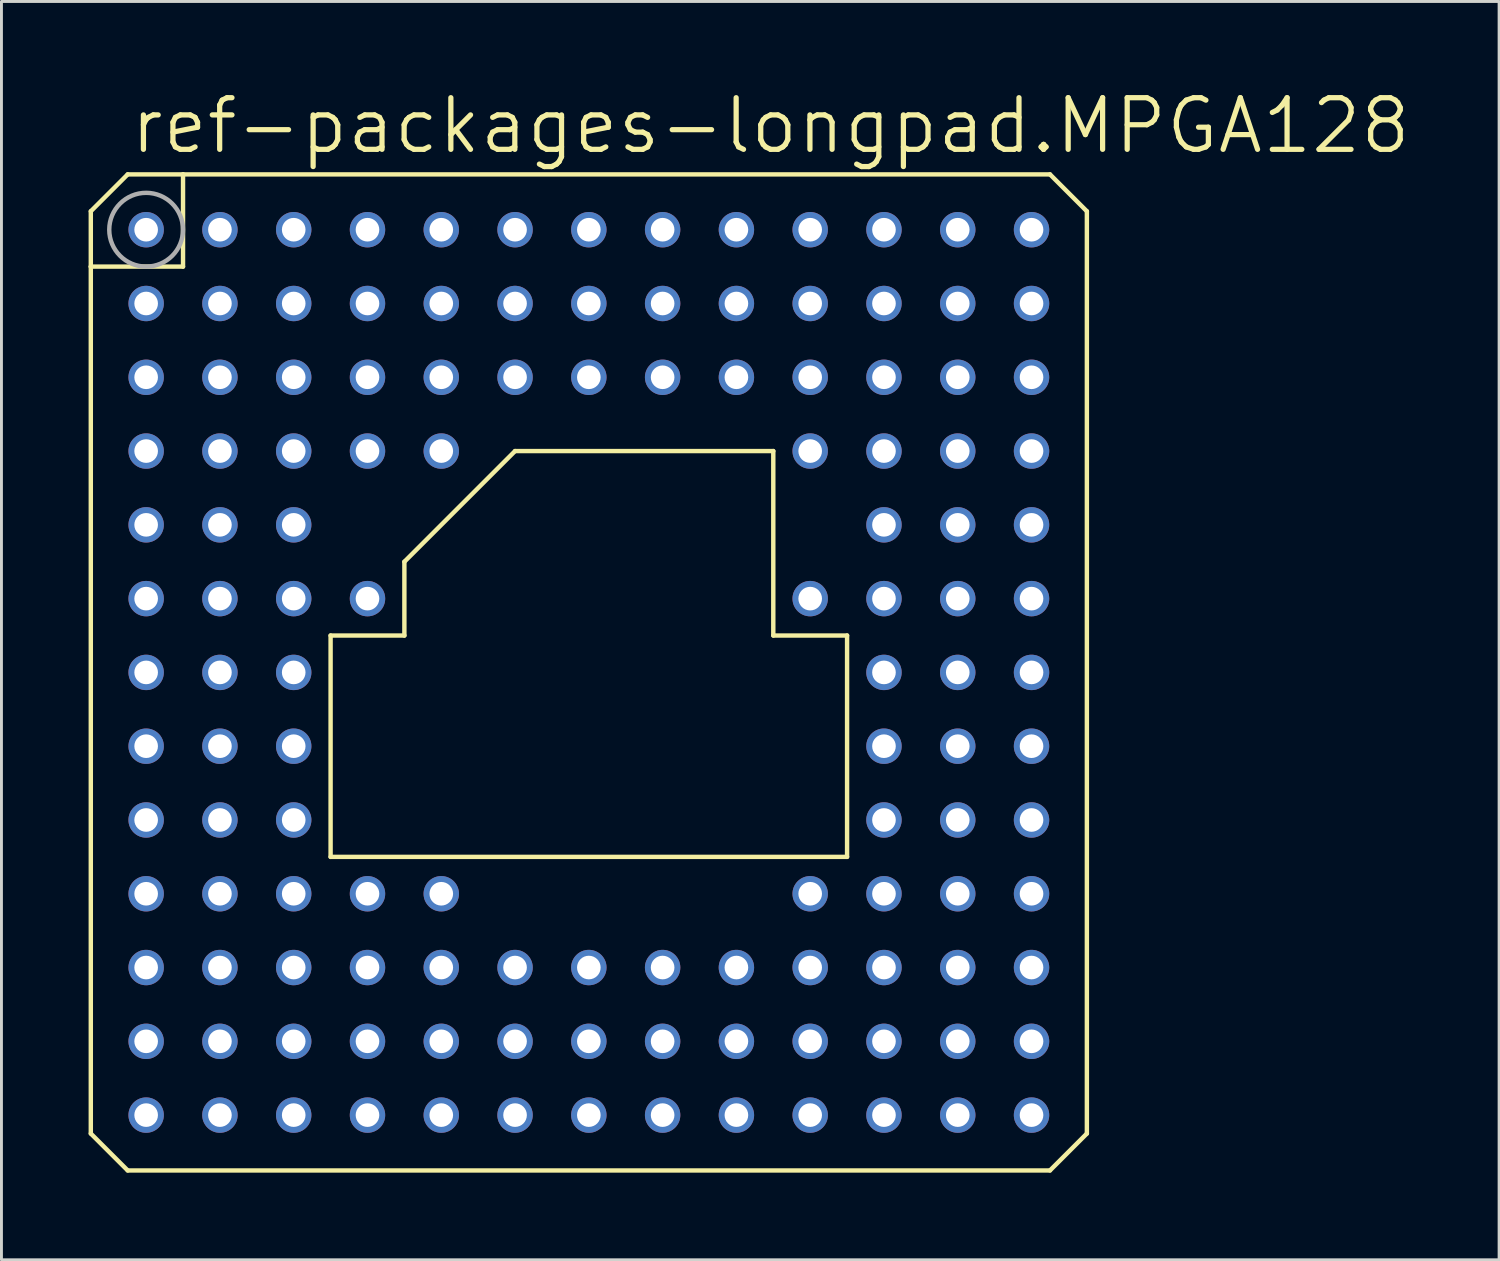
<source format=kicad_pcb>
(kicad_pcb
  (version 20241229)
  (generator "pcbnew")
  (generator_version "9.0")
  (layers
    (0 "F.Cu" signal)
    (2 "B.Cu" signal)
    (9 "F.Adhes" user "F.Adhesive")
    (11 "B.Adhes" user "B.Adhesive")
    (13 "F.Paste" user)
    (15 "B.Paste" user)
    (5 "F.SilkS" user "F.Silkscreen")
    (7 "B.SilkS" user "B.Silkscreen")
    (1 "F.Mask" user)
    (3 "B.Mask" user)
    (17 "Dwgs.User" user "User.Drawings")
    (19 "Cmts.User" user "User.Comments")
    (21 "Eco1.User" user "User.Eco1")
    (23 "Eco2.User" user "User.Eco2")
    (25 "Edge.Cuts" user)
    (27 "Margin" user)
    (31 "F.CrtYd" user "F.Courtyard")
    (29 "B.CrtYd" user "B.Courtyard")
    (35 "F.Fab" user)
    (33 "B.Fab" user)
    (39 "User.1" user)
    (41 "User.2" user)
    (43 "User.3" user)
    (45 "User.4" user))
  (footprint "ref-packages-longpad.MPGA128"
    (layer "F.Cu")
    (at 17.221 20.098)
    (property "Reference" "ref-packages-longpad.MPGA128" (at -15.875 -17.78 0) (layer "F.SilkS") (effects (font (size 1.778 1.778) (thickness 0.18)) (justify left bottom)))
    (attr through_hole)
    (fp_line (start -17.145 -15.875) (end -15.875 -17.145) (stroke (width 0.152) (type default)) (layer "F.SilkS"))
    (fp_line (start -17.145 -13.97) (end -17.145 -15.875) (stroke (width 0.152) (type default)) (layer "F.SilkS"))
    (fp_line (start -17.145 -13.97) (end -13.97 -13.97) (stroke (width 0.152) (type default)) (layer "F.SilkS"))
    (fp_line (start -17.145 15.875) (end -17.145 -13.97) (stroke (width 0.152) (type default)) (layer "F.SilkS"))
    (fp_line (start -15.875 -17.145) (end -13.97 -17.145) (stroke (width 0.152) (type default)) (layer "F.SilkS"))
    (fp_line (start -15.875 17.145) (end -17.145 15.875) (stroke (width 0.152) (type default)) (layer "F.SilkS"))
    (fp_line (start -13.97 -17.145) (end 15.875 -17.145) (stroke (width 0.152) (type default)) (layer "F.SilkS"))
    (fp_line (start -13.97 -13.97) (end -13.97 -17.145) (stroke (width 0.152) (type default)) (layer "F.SilkS"))
    (fp_line (start -8.89 6.35) (end -8.89 -1.27) (stroke (width 0.152) (type default)) (layer "F.SilkS"))
    (fp_line (start -6.35 -3.81) (end -2.54 -7.62) (stroke (width 0.152) (type default)) (layer "F.SilkS"))
    (fp_line (start -6.35 -1.27) (end -8.89 -1.27) (stroke (width 0.152) (type default)) (layer "F.SilkS"))
    (fp_line (start -6.35 -1.27) (end -6.35 -3.81) (stroke (width 0.152) (type default)) (layer "F.SilkS"))
    (fp_line (start -2.54 -7.62) (end 6.35 -7.62) (stroke (width 0.152) (type default)) (layer "F.SilkS"))
    (fp_line (start 6.35 -7.62) (end 6.35 -1.27) (stroke (width 0.152) (type default)) (layer "F.SilkS"))
    (fp_line (start 6.35 -1.27) (end 8.89 -1.27) (stroke (width 0.152) (type default)) (layer "F.SilkS"))
    (fp_line (start 8.89 -1.27) (end 8.89 6.35) (stroke (width 0.152) (type default)) (layer "F.SilkS"))
    (fp_line (start 8.89 6.35) (end -8.89 6.35) (stroke (width 0.152) (type default)) (layer "F.SilkS"))
    (fp_line (start 15.875 -17.145) (end 17.145 -15.875) (stroke (width 0.152) (type default)) (layer "F.SilkS"))
    (fp_line (start 15.875 17.145) (end -15.875 17.145) (stroke (width 0.152) (type default)) (layer "F.SilkS"))
    (fp_line (start 17.145 -15.875) (end 17.145 15.875) (stroke (width 0.152) (type default)) (layer "F.SilkS"))
    (fp_line (start 17.145 15.875) (end 15.875 17.145) (stroke (width 0.152) (type default)) (layer "F.SilkS"))
    (fp_circle (center -15.24 -15.24) (end -13.97 -15.24) (stroke (width 0.152) (type default)) (fill no) (layer "F.Fab"))
    (pad "A01" thru_hole circle (at -15.24 -15.24) (size 1.219 1.219) (drill 0.813) (layers "*.Cu" "*.Mask"))
    (pad "A02" thru_hole circle (at -12.7 -15.24) (size 1.219 1.219) (drill 0.813) (layers "*.Cu" "*.Mask"))
    (pad "A03" thru_hole circle (at -10.16 -15.24) (size 1.219 1.219) (drill 0.813) (layers "*.Cu" "*.Mask"))
    (pad "A04" thru_hole circle (at -7.62 -15.24) (size 1.219 1.219) (drill 0.813) (layers "*.Cu" "*.Mask"))
    (pad "A05" thru_hole circle (at -5.08 -15.24) (size 1.219 1.219) (drill 0.813) (layers "*.Cu" "*.Mask"))
    (pad "A06" thru_hole circle (at -2.54 -15.24) (size 1.219 1.219) (drill 0.813) (layers "*.Cu" "*.Mask"))
    (pad "A07" thru_hole circle (at 0 -15.24) (size 1.219 1.219) (drill 0.813) (layers "*.Cu" "*.Mask"))
    (pad "A08" thru_hole circle (at 2.54 -15.24) (size 1.219 1.219) (drill 0.813) (layers "*.Cu" "*.Mask"))
    (pad "A09" thru_hole circle (at 5.08 -15.24) (size 1.219 1.219) (drill 0.813) (layers "*.Cu" "*.Mask"))
    (pad "A10" thru_hole circle (at 7.62 -15.24) (size 1.219 1.219) (drill 0.813) (layers "*.Cu" "*.Mask"))
    (pad "A11" thru_hole circle (at 10.16 -15.24) (size 1.219 1.219) (drill 0.813) (layers "*.Cu" "*.Mask"))
    (pad "A12" thru_hole circle (at 12.7 -15.24) (size 1.219 1.219) (drill 0.813) (layers "*.Cu" "*.Mask"))
    (pad "A13" thru_hole circle (at 15.24 -15.24) (size 1.219 1.219) (drill 0.813) (layers "*.Cu" "*.Mask"))
    (pad "B01" thru_hole circle (at -15.24 -12.7) (size 1.219 1.219) (drill 0.813) (layers "*.Cu" "*.Mask"))
    (pad "B02" thru_hole circle (at -12.7 -12.7) (size 1.219 1.219) (drill 0.813) (layers "*.Cu" "*.Mask"))
    (pad "B03" thru_hole circle (at -10.16 -12.7) (size 1.219 1.219) (drill 0.813) (layers "*.Cu" "*.Mask"))
    (pad "B04" thru_hole circle (at -7.62 -12.7) (size 1.219 1.219) (drill 0.813) (layers "*.Cu" "*.Mask"))
    (pad "B05" thru_hole circle (at -5.08 -12.7) (size 1.219 1.219) (drill 0.813) (layers "*.Cu" "*.Mask"))
    (pad "B06" thru_hole circle (at -2.54 -12.7) (size 1.219 1.219) (drill 0.813) (layers "*.Cu" "*.Mask"))
    (pad "B07" thru_hole circle (at 0 -12.7) (size 1.219 1.219) (drill 0.813) (layers "*.Cu" "*.Mask"))
    (pad "B08" thru_hole circle (at 2.54 -12.7) (size 1.219 1.219) (drill 0.813) (layers "*.Cu" "*.Mask"))
    (pad "B09" thru_hole circle (at 5.08 -12.7) (size 1.219 1.219) (drill 0.813) (layers "*.Cu" "*.Mask"))
    (pad "B10" thru_hole circle (at 7.62 -12.7) (size 1.219 1.219) (drill 0.813) (layers "*.Cu" "*.Mask"))
    (pad "B11" thru_hole circle (at 10.16 -12.7) (size 1.219 1.219) (drill 0.813) (layers "*.Cu" "*.Mask"))
    (pad "B12" thru_hole circle (at 12.7 -12.7) (size 1.219 1.219) (drill 0.813) (layers "*.Cu" "*.Mask"))
    (pad "B13" thru_hole circle (at 15.24 -12.7) (size 1.219 1.219) (drill 0.813) (layers "*.Cu" "*.Mask"))
    (pad "C01" thru_hole circle (at -15.24 -10.16) (size 1.219 1.219) (drill 0.813) (layers "*.Cu" "*.Mask"))
    (pad "C02" thru_hole circle (at -12.7 -10.16) (size 1.219 1.219) (drill 0.813) (layers "*.Cu" "*.Mask"))
    (pad "C03" thru_hole circle (at -10.16 -10.16) (size 1.219 1.219) (drill 0.813) (layers "*.Cu" "*.Mask"))
    (pad "C04" thru_hole circle (at -7.62 -10.16) (size 1.219 1.219) (drill 0.813) (layers "*.Cu" "*.Mask"))
    (pad "C05" thru_hole circle (at -5.08 -10.16) (size 1.219 1.219) (drill 0.813) (layers "*.Cu" "*.Mask"))
    (pad "C06" thru_hole circle (at -2.54 -10.16) (size 1.219 1.219) (drill 0.813) (layers "*.Cu" "*.Mask"))
    (pad "C07" thru_hole circle (at 0 -10.16) (size 1.219 1.219) (drill 0.813) (layers "*.Cu" "*.Mask"))
    (pad "C08" thru_hole circle (at 2.54 -10.16) (size 1.219 1.219) (drill 0.813) (layers "*.Cu" "*.Mask"))
    (pad "C09" thru_hole circle (at 5.08 -10.16) (size 1.219 1.219) (drill 0.813) (layers "*.Cu" "*.Mask"))
    (pad "C10" thru_hole circle (at 7.62 -10.16) (size 1.219 1.219) (drill 0.813) (layers "*.Cu" "*.Mask"))
    (pad "C11" thru_hole circle (at 10.16 -10.16) (size 1.219 1.219) (drill 0.813) (layers "*.Cu" "*.Mask"))
    (pad "C12" thru_hole circle (at 12.7 -10.16) (size 1.219 1.219) (drill 0.813) (layers "*.Cu" "*.Mask"))
    (pad "C13" thru_hole circle (at 15.24 -10.16) (size 1.219 1.219) (drill 0.813) (layers "*.Cu" "*.Mask"))
    (pad "D01" thru_hole circle (at -15.24 -7.62) (size 1.219 1.219) (drill 0.813) (layers "*.Cu" "*.Mask"))
    (pad "D02" thru_hole circle (at -12.7 -7.62) (size 1.219 1.219) (drill 0.813) (layers "*.Cu" "*.Mask"))
    (pad "D03" thru_hole circle (at -10.16 -7.62) (size 1.219 1.219) (drill 0.813) (layers "*.Cu" "*.Mask"))
    (pad "D04" thru_hole circle (at -7.62 -7.62) (size 1.219 1.219) (drill 0.813) (layers "*.Cu" "*.Mask"))
    (pad "D05" thru_hole circle (at -5.08 -7.62) (size 1.219 1.219) (drill 0.813) (layers "*.Cu" "*.Mask"))
    (pad "D10" thru_hole circle (at 7.62 -7.62) (size 1.219 1.219) (drill 0.813) (layers "*.Cu" "*.Mask"))
    (pad "D11" thru_hole circle (at 10.16 -7.62) (size 1.219 1.219) (drill 0.813) (layers "*.Cu" "*.Mask"))
    (pad "D12" thru_hole circle (at 12.7 -7.62) (size 1.219 1.219) (drill 0.813) (layers "*.Cu" "*.Mask"))
    (pad "D13" thru_hole circle (at 15.24 -7.62) (size 1.219 1.219) (drill 0.813) (layers "*.Cu" "*.Mask"))
    (pad "E01" thru_hole circle (at -15.24 -5.08) (size 1.219 1.219) (drill 0.813) (layers "*.Cu" "*.Mask"))
    (pad "E02" thru_hole circle (at -12.7 -5.08) (size 1.219 1.219) (drill 0.813) (layers "*.Cu" "*.Mask"))
    (pad "E03" thru_hole circle (at -10.16 -5.08) (size 1.219 1.219) (drill 0.813) (layers "*.Cu" "*.Mask"))
    (pad "E11" thru_hole circle (at 10.16 -5.08) (size 1.219 1.219) (drill 0.813) (layers "*.Cu" "*.Mask"))
    (pad "E12" thru_hole circle (at 12.7 -5.08) (size 1.219 1.219) (drill 0.813) (layers "*.Cu" "*.Mask"))
    (pad "E13" thru_hole circle (at 15.24 -5.08) (size 1.219 1.219) (drill 0.813) (layers "*.Cu" "*.Mask"))
    (pad "F01" thru_hole circle (at -15.24 -2.54) (size 1.219 1.219) (drill 0.813) (layers "*.Cu" "*.Mask"))
    (pad "F02" thru_hole circle (at -12.7 -2.54) (size 1.219 1.219) (drill 0.813) (layers "*.Cu" "*.Mask"))
    (pad "F03" thru_hole circle (at -10.16 -2.54) (size 1.219 1.219) (drill 0.813) (layers "*.Cu" "*.Mask"))
    (pad "F04" thru_hole circle (at -7.62 -2.54) (size 1.219 1.219) (drill 0.813) (layers "*.Cu" "*.Mask"))
    (pad "F10" thru_hole circle (at 7.62 -2.54) (size 1.219 1.219) (drill 0.813) (layers "*.Cu" "*.Mask"))
    (pad "F11" thru_hole circle (at 10.16 -2.54) (size 1.219 1.219) (drill 0.813) (layers "*.Cu" "*.Mask"))
    (pad "F12" thru_hole circle (at 12.7 -2.54) (size 1.219 1.219) (drill 0.813) (layers "*.Cu" "*.Mask"))
    (pad "F13" thru_hole circle (at 15.24 -2.54) (size 1.219 1.219) (drill 0.813) (layers "*.Cu" "*.Mask"))
    (pad "G01" thru_hole circle (at -15.24 0) (size 1.219 1.219) (drill 0.813) (layers "*.Cu" "*.Mask"))
    (pad "G02" thru_hole circle (at -12.7 0) (size 1.219 1.219) (drill 0.813) (layers "*.Cu" "*.Mask"))
    (pad "G03" thru_hole circle (at -10.16 0) (size 1.219 1.219) (drill 0.813) (layers "*.Cu" "*.Mask"))
    (pad "G11" thru_hole circle (at 10.16 0) (size 1.219 1.219) (drill 0.813) (layers "*.Cu" "*.Mask"))
    (pad "G12" thru_hole circle (at 12.7 0) (size 1.219 1.219) (drill 0.813) (layers "*.Cu" "*.Mask"))
    (pad "G13" thru_hole circle (at 15.24 0) (size 1.219 1.219) (drill 0.813) (layers "*.Cu" "*.Mask"))
    (pad "H01" thru_hole circle (at -15.24 2.54) (size 1.219 1.219) (drill 0.813) (layers "*.Cu" "*.Mask"))
    (pad "H02" thru_hole circle (at -12.7 2.54) (size 1.219 1.219) (drill 0.813) (layers "*.Cu" "*.Mask"))
    (pad "H03" thru_hole circle (at -10.16 2.54) (size 1.219 1.219) (drill 0.813) (layers "*.Cu" "*.Mask"))
    (pad "H11" thru_hole circle (at 10.16 2.54) (size 1.219 1.219) (drill 0.813) (layers "*.Cu" "*.Mask"))
    (pad "H12" thru_hole circle (at 12.7 2.54) (size 1.219 1.219) (drill 0.813) (layers "*.Cu" "*.Mask"))
    (pad "H13" thru_hole circle (at 15.24 2.54) (size 1.219 1.219) (drill 0.813) (layers "*.Cu" "*.Mask"))
    (pad "J01" thru_hole circle (at -15.24 5.08) (size 1.219 1.219) (drill 0.813) (layers "*.Cu" "*.Mask"))
    (pad "J02" thru_hole circle (at -12.7 5.08) (size 1.219 1.219) (drill 0.813) (layers "*.Cu" "*.Mask"))
    (pad "J03" thru_hole circle (at -10.16 5.08) (size 1.219 1.219) (drill 0.813) (layers "*.Cu" "*.Mask"))
    (pad "J11" thru_hole circle (at 10.16 5.08) (size 1.219 1.219) (drill 0.813) (layers "*.Cu" "*.Mask"))
    (pad "J12" thru_hole circle (at 12.7 5.08) (size 1.219 1.219) (drill 0.813) (layers "*.Cu" "*.Mask"))
    (pad "J13" thru_hole circle (at 15.24 5.08) (size 1.219 1.219) (drill 0.813) (layers "*.Cu" "*.Mask"))
    (pad "K01" thru_hole circle (at -15.24 7.62) (size 1.219 1.219) (drill 0.813) (layers "*.Cu" "*.Mask"))
    (pad "K02" thru_hole circle (at -12.7 7.62) (size 1.219 1.219) (drill 0.813) (layers "*.Cu" "*.Mask"))
    (pad "K03" thru_hole circle (at -10.16 7.62) (size 1.219 1.219) (drill 0.813) (layers "*.Cu" "*.Mask"))
    (pad "K04" thru_hole circle (at -7.62 7.62) (size 1.219 1.219) (drill 0.813) (layers "*.Cu" "*.Mask"))
    (pad "K05" thru_hole circle (at -5.08 7.62) (size 1.219 1.219) (drill 0.813) (layers "*.Cu" "*.Mask"))
    (pad "K10" thru_hole circle (at 7.62 7.62) (size 1.219 1.219) (drill 0.813) (layers "*.Cu" "*.Mask"))
    (pad "K11" thru_hole circle (at 10.16 7.62) (size 1.219 1.219) (drill 0.813) (layers "*.Cu" "*.Mask"))
    (pad "K12" thru_hole circle (at 12.7 7.62) (size 1.219 1.219) (drill 0.813) (layers "*.Cu" "*.Mask"))
    (pad "K13" thru_hole circle (at 15.24 7.62) (size 1.219 1.219) (drill 0.813) (layers "*.Cu" "*.Mask"))
    (pad "L01" thru_hole circle (at -15.24 10.16) (size 1.219 1.219) (drill 0.813) (layers "*.Cu" "*.Mask"))
    (pad "L02" thru_hole circle (at -12.7 10.16) (size 1.219 1.219) (drill 0.813) (layers "*.Cu" "*.Mask"))
    (pad "L03" thru_hole circle (at -10.16 10.16) (size 1.219 1.219) (drill 0.813) (layers "*.Cu" "*.Mask"))
    (pad "L04" thru_hole circle (at -7.62 10.16) (size 1.219 1.219) (drill 0.813) (layers "*.Cu" "*.Mask"))
    (pad "L05" thru_hole circle (at -5.08 10.16) (size 1.219 1.219) (drill 0.813) (layers "*.Cu" "*.Mask"))
    (pad "L06" thru_hole circle (at -2.54 10.16) (size 1.219 1.219) (drill 0.813) (layers "*.Cu" "*.Mask"))
    (pad "L07" thru_hole circle (at 0 10.16) (size 1.219 1.219) (drill 0.813) (layers "*.Cu" "*.Mask"))
    (pad "L08" thru_hole circle (at 2.54 10.16) (size 1.219 1.219) (drill 0.813) (layers "*.Cu" "*.Mask"))
    (pad "L09" thru_hole circle (at 5.08 10.16) (size 1.219 1.219) (drill 0.813) (layers "*.Cu" "*.Mask"))
    (pad "L10" thru_hole circle (at 7.62 10.16) (size 1.219 1.219) (drill 0.813) (layers "*.Cu" "*.Mask"))
    (pad "L11" thru_hole circle (at 10.16 10.16) (size 1.219 1.219) (drill 0.813) (layers "*.Cu" "*.Mask"))
    (pad "L12" thru_hole circle (at 12.7 10.16) (size 1.219 1.219) (drill 0.813) (layers "*.Cu" "*.Mask"))
    (pad "L13" thru_hole circle (at 15.24 10.16) (size 1.219 1.219) (drill 0.813) (layers "*.Cu" "*.Mask"))
    (pad "M01" thru_hole circle (at -15.24 12.7) (size 1.219 1.219) (drill 0.813) (layers "*.Cu" "*.Mask"))
    (pad "M02" thru_hole circle (at -12.7 12.7) (size 1.219 1.219) (drill 0.813) (layers "*.Cu" "*.Mask"))
    (pad "M03" thru_hole circle (at -10.16 12.7) (size 1.219 1.219) (drill 0.813) (layers "*.Cu" "*.Mask"))
    (pad "M04" thru_hole circle (at -7.62 12.7) (size 1.219 1.219) (drill 0.813) (layers "*.Cu" "*.Mask"))
    (pad "M05" thru_hole circle (at -5.08 12.7) (size 1.219 1.219) (drill 0.813) (layers "*.Cu" "*.Mask"))
    (pad "M06" thru_hole circle (at -2.54 12.7) (size 1.219 1.219) (drill 0.813) (layers "*.Cu" "*.Mask"))
    (pad "M07" thru_hole circle (at 0 12.7) (size 1.219 1.219) (drill 0.813) (layers "*.Cu" "*.Mask"))
    (pad "M08" thru_hole circle (at 2.54 12.7) (size 1.219 1.219) (drill 0.813) (layers "*.Cu" "*.Mask"))
    (pad "M09" thru_hole circle (at 5.08 12.7) (size 1.219 1.219) (drill 0.813) (layers "*.Cu" "*.Mask"))
    (pad "M10" thru_hole circle (at 7.62 12.7) (size 1.219 1.219) (drill 0.813) (layers "*.Cu" "*.Mask"))
    (pad "M11" thru_hole circle (at 10.16 12.7) (size 1.219 1.219) (drill 0.813) (layers "*.Cu" "*.Mask"))
    (pad "M12" thru_hole circle (at 12.7 12.7) (size 1.219 1.219) (drill 0.813) (layers "*.Cu" "*.Mask"))
    (pad "M13" thru_hole circle (at 15.24 12.7) (size 1.219 1.219) (drill 0.813) (layers "*.Cu" "*.Mask"))
    (pad "N01" thru_hole circle (at -15.24 15.24) (size 1.219 1.219) (drill 0.813) (layers "*.Cu" "*.Mask"))
    (pad "N02" thru_hole circle (at -12.7 15.24) (size 1.219 1.219) (drill 0.813) (layers "*.Cu" "*.Mask"))
    (pad "N03" thru_hole circle (at -10.16 15.24) (size 1.219 1.219) (drill 0.813) (layers "*.Cu" "*.Mask"))
    (pad "N04" thru_hole circle (at -7.62 15.24) (size 1.219 1.219) (drill 0.813) (layers "*.Cu" "*.Mask"))
    (pad "N05" thru_hole circle (at -5.08 15.24) (size 1.219 1.219) (drill 0.813) (layers "*.Cu" "*.Mask"))
    (pad "N06" thru_hole circle (at -2.54 15.24) (size 1.219 1.219) (drill 0.813) (layers "*.Cu" "*.Mask"))
    (pad "N07" thru_hole circle (at 0 15.24) (size 1.219 1.219) (drill 0.813) (layers "*.Cu" "*.Mask"))
    (pad "N08" thru_hole circle (at 2.54 15.24) (size 1.219 1.219) (drill 0.813) (layers "*.Cu" "*.Mask"))
    (pad "N09" thru_hole circle (at 5.08 15.24) (size 1.219 1.219) (drill 0.813) (layers "*.Cu" "*.Mask"))
    (pad "N10" thru_hole circle (at 7.62 15.24) (size 1.219 1.219) (drill 0.813) (layers "*.Cu" "*.Mask"))
    (pad "N11" thru_hole circle (at 10.16 15.24) (size 1.219 1.219) (drill 0.813) (layers "*.Cu" "*.Mask"))
    (pad "N12" thru_hole circle (at 12.7 15.24) (size 1.219 1.219) (drill 0.813) (layers "*.Cu" "*.Mask"))
    (pad "N13" thru_hole circle (at 15.24 15.24) (size 1.219 1.219) (drill 0.813) (layers "*.Cu" "*.Mask")))
  (gr_rect
    (start -3 -3)
    (end 48.557 40.319)
    (stroke (width 0.1) (type default))
    (fill no)
    (layer "Edge.Cuts")))
</source>
